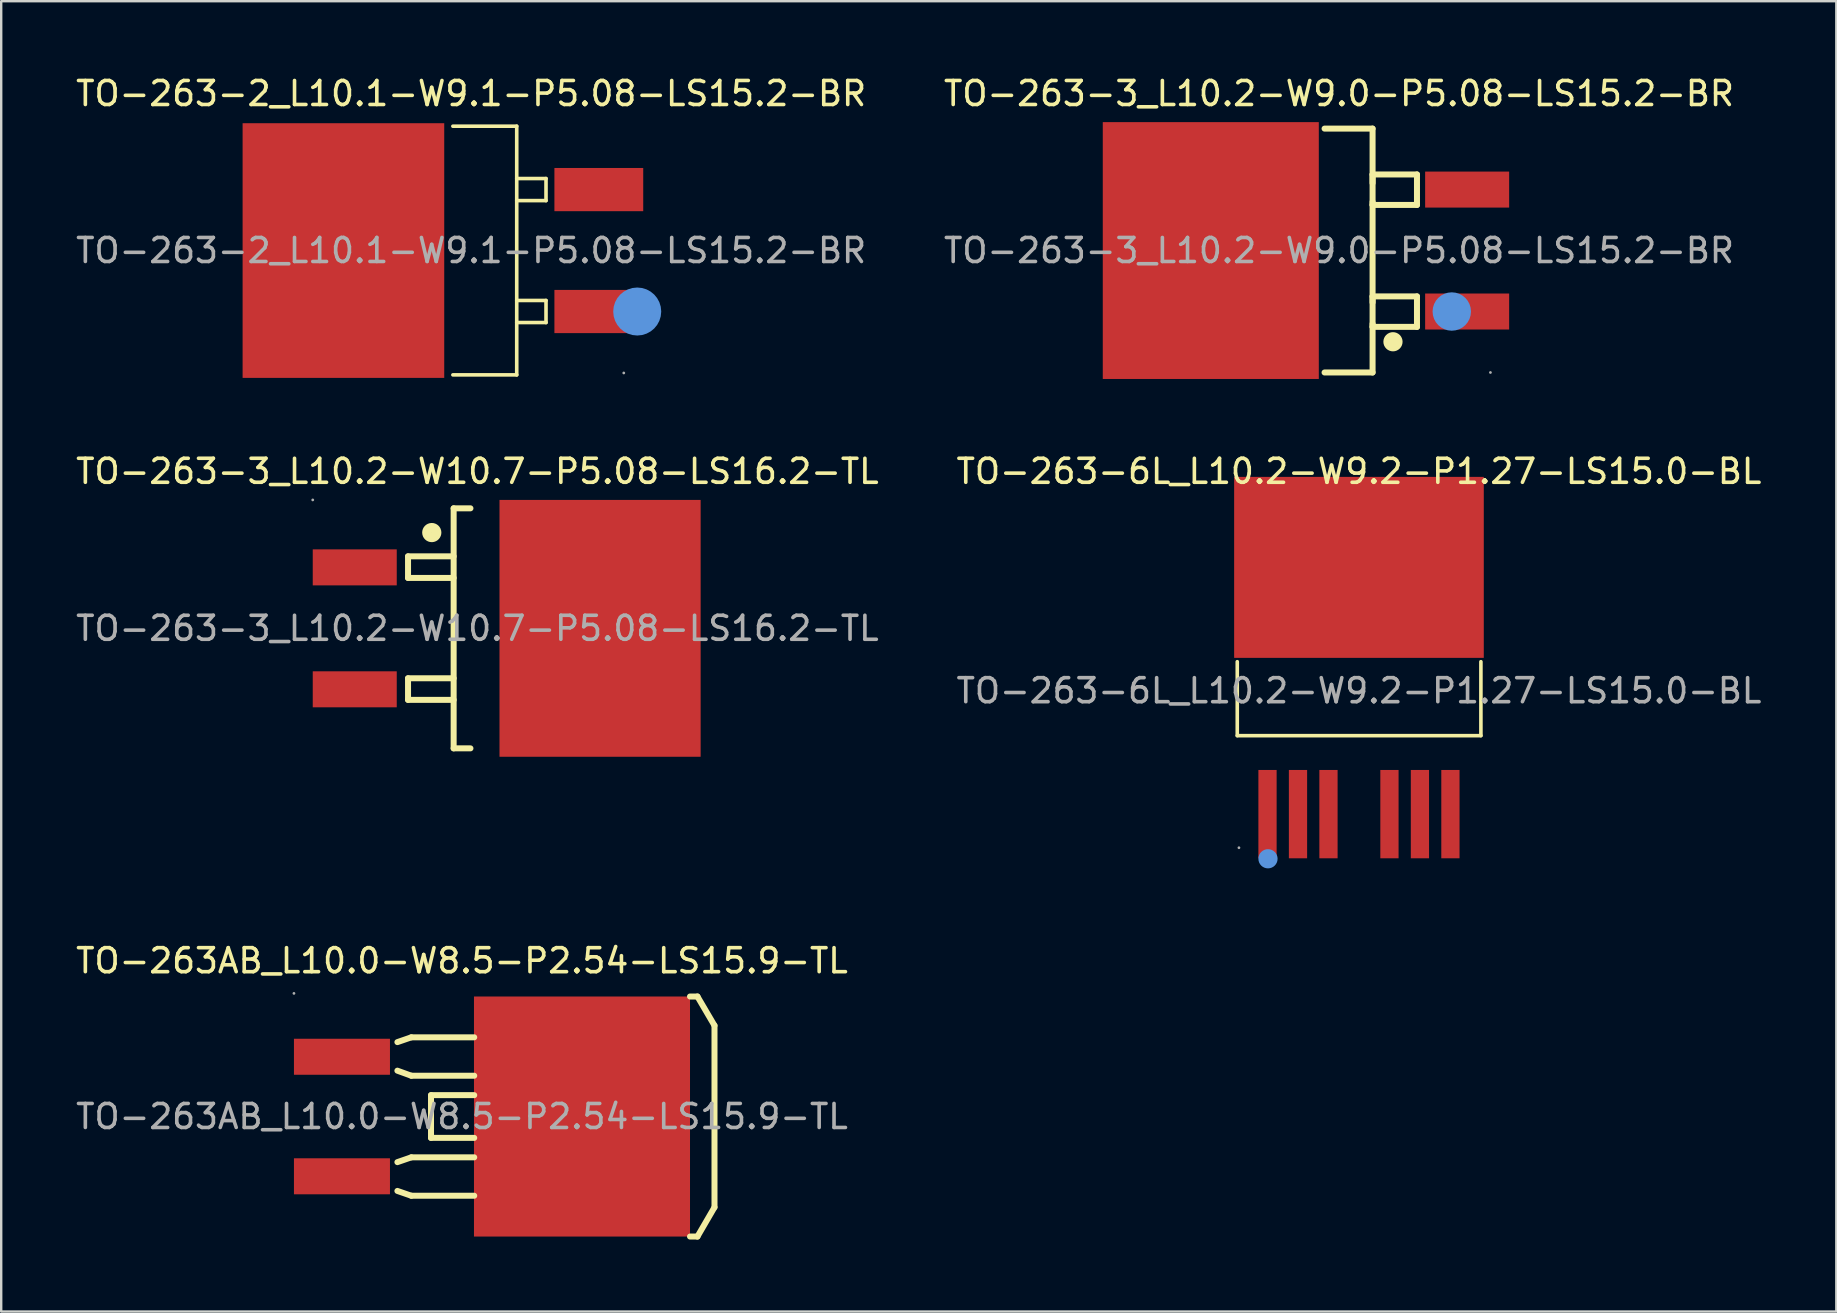
<source format=kicad_pcb>
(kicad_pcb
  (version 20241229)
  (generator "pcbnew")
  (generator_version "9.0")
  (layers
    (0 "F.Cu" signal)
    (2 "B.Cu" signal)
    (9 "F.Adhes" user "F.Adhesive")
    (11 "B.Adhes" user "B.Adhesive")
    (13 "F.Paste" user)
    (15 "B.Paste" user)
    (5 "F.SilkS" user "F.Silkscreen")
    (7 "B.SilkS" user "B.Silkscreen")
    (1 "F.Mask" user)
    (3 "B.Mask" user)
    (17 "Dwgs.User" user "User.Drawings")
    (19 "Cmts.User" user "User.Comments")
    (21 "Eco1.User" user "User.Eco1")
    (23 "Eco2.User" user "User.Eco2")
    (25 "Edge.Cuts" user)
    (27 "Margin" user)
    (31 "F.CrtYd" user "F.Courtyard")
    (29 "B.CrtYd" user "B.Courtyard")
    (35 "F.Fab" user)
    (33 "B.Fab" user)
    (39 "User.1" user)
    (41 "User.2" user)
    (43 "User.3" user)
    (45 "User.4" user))
  (footprint "TO-263AB_L10.0-W8.5-P2.54-LS15.9-TL"
    (layer "F.Cu")
    (at 16.196 43.465)
    (property "Reference" "TO-263AB_L10.0-W8.5-P2.54-LS15.9-TL" (at 0 -6.49 0) (layer "F.SilkS") (effects (font (size 1 1) (thickness 0.15))))
    (attr through_hole)
    (fp_line (start -2.69 -1.91) (end -2.11 -1.7) (stroke (width 0.25) (type solid)) (layer "F.SilkS"))
    (fp_line (start -2.69 3.1) (end -2.11 3.3) (stroke (width 0.25) (type solid)) (layer "F.SilkS"))
    (fp_line (start -2.11 -3.3) (end -2.69 -3.1) (stroke (width 0.25) (type solid)) (layer "F.SilkS"))
    (fp_line (start -2.11 -1.7) (end 0.51 -1.7) (stroke (width 0.25) (type solid)) (layer "F.SilkS"))
    (fp_line (start -2.11 1.7) (end -2.69 1.9) (stroke (width 0.25) (type solid)) (layer "F.SilkS"))
    (fp_line (start -2.11 3.3) (end 0.51 3.3) (stroke (width 0.25) (type solid)) (layer "F.SilkS"))
    (fp_line (start -1.29 -0.89) (end -1.29 0.89) (stroke (width 0.25) (type solid)) (layer "F.SilkS"))
    (fp_line (start -1.29 0.89) (end 0.51 0.89) (stroke (width 0.25) (type solid)) (layer "F.SilkS"))
    (fp_line (start 0.51 -3.3) (end -2.11 -3.3) (stroke (width 0.25) (type solid)) (layer "F.SilkS"))
    (fp_line (start 0.51 -0.89) (end -1.29 -0.89) (stroke (width 0.25) (type solid)) (layer "F.SilkS"))
    (fp_line (start 0.51 1.7) (end -2.11 1.7) (stroke (width 0.25) (type solid)) (layer "F.SilkS"))
    (fp_line (start 9.5 -5) (end 9.81 -5) (stroke (width 0.25) (type solid)) (layer "F.SilkS"))
    (fp_line (start 9.81 -5) (end 10.52 -3.79) (stroke (width 0.25) (type solid)) (layer "F.SilkS"))
    (fp_line (start 9.81 5) (end 9.5 5) (stroke (width 0.25) (type solid)) (layer "F.SilkS"))
    (fp_line (start 10.52 -3.79) (end 10.52 3.78) (stroke (width 0.25) (type solid)) (layer "F.SilkS"))
    (fp_line (start 10.52 3.78) (end 9.81 5) (stroke (width 0.25) (type solid)) (layer "F.SilkS"))
    (fp_circle (center -7 -5.13) (end -6.97 -5.13) (stroke (width 0.06) (type solid)) (fill no) (layer "F.Fab"))
    (fp_text user "${REFERENCE}" (at 0 0 0) (layer "F.Fab") (effects (font (size 1 1) (thickness 0.15))))
    (pad "1" smd rect (at -5 -2.49 270) (size 1.5 4) (layers "F.Cu" "F.Mask" "F.Paste"))
    (pad "2" smd rect (at 5 0 270) (size 10 9) (layers "F.Cu" "F.Mask" "F.Paste"))
    (pad "3" smd rect (at -5 2.49 270) (size 1.5 4) (layers "F.Cu" "F.Mask" "F.Paste")))
  (footprint "TO-263-6L_L10.2-W9.2-P1.27-LS15.0-BL"
    (layer "F.Cu")
    (at 53.565 25.727)
    (property "Reference" "TO-263-6L_L10.2-W9.2-P1.27-LS15.0-BL" (at 0 -9.14 0) (layer "F.SilkS") (effects (font (size 1 1) (thickness 0.15))))
    (attr through_hole)
    (fp_line (start -5.07 -1.21) (end -5.07 1.87) (stroke (width 0.15) (type solid)) (layer "F.SilkS"))
    (fp_line (start -5.07 1.87) (end 5.08 1.87) (stroke (width 0.15) (type solid)) (layer "F.SilkS"))
    (fp_line (start 5.08 -1.21) (end 5.08 1.87) (stroke (width 0.15) (type solid)) (layer "F.SilkS"))
    (fp_circle (center -3.79 7) (end -3.59 7) (stroke (width 0.4) (type solid)) (fill no) (layer "Cmts.User"))
    (fp_circle (center -5 6.54) (end -4.97 6.54) (stroke (width 0.06) (type solid)) (fill no) (layer "F.Fab"))
    (fp_text user "${REFERENCE}" (at 0 0 0) (layer "F.Fab") (effects (font (size 1 1) (thickness 0.15))))
    (pad "1" smd rect (at -3.81 5.14 90) (size 3.68 0.76) (layers "F.Cu" "F.Mask" "F.Paste"))
    (pad "2" smd rect (at -2.54 5.14 90) (size 3.68 0.76) (layers "F.Cu" "F.Mask" "F.Paste"))
    (pad "3" smd rect (at -1.27 5.14 90) (size 3.68 0.76) (layers "F.Cu" "F.Mask" "F.Paste"))
    (pad "5" smd rect (at 1.27 5.14 90) (size 3.68 0.76) (layers "F.Cu" "F.Mask" "F.Paste"))
    (pad "6" smd rect (at 2.54 5.14 90) (size 3.68 0.76) (layers "F.Cu" "F.Mask" "F.Paste"))
    (pad "7" smd rect (at 3.81 5.14 90) (size 3.68 0.76) (layers "F.Cu" "F.Mask" "F.Paste"))
    (pad "8" smd rect (at 0 -5.14 90) (size 7.54 10.4) (layers "F.Cu" "F.Mask" "F.Paste")))
  (footprint "TO-263-2_L10.1-W9.1-P5.08-LS15.2-BR"
    (layer "F.Cu")
    (at 16.577 7.388)
    (property "Reference" "TO-263-2_L10.1-W9.1-P5.08-LS15.2-BR" (at 0 -6.54 0) (layer "F.SilkS") (effects (font (size 1 1) (thickness 0.15))))
    (attr through_hole)
    (fp_line (start -0.76 -5.18) (end 1.9 -5.18) (stroke (width 0.15) (type solid)) (layer "F.SilkS"))
    (fp_line (start -0.76 5.18) (end 1.9 5.18) (stroke (width 0.15) (type solid)) (layer "F.SilkS"))
    (fp_line (start 1.9 -3) (end 3.12 -3) (stroke (width 0.15) (type solid)) (layer "F.SilkS"))
    (fp_line (start 1.9 2.08) (end 3.12 2.08) (stroke (width 0.15) (type solid)) (layer "F.SilkS"))
    (fp_line (start 1.9 5.18) (end 1.9 -5.18) (stroke (width 0.15) (type solid)) (layer "F.SilkS"))
    (fp_line (start 3.12 -3) (end 3.12 -2.08) (stroke (width 0.15) (type solid)) (layer "F.SilkS"))
    (fp_line (start 3.12 -2.08) (end 1.9 -2.08) (stroke (width 0.15) (type solid)) (layer "F.SilkS"))
    (fp_line (start 3.12 2.08) (end 3.12 3) (stroke (width 0.15) (type solid)) (layer "F.SilkS"))
    (fp_line (start 3.12 3) (end 1.9 3) (stroke (width 0.15) (type solid)) (layer "F.SilkS"))
    (fp_circle (center 6.92 2.54) (end 7.42 2.54) (stroke (width 1) (type solid)) (fill no) (layer "Cmts.User"))
    (fp_circle (center 6.36 5.1) (end 6.39 5.1) (stroke (width 0.06) (type solid)) (fill no) (layer "F.Fab"))
    (fp_text user "${REFERENCE}" (at 0 0 0) (layer "F.Fab") (effects (font (size 1 1) (thickness 0.15))))
    (pad "1" smd rect (at 5.32 2.54) (size 3.7 1.8) (layers "F.Cu" "F.Mask" "F.Paste"))
    (pad "2" smd rect (at -5.32 0) (size 8.4 10.61) (layers "F.Cu" "F.Mask" "F.Paste"))
    (pad "3" smd rect (at 5.32 -2.54) (size 3.7 1.8) (layers "F.Cu" "F.Mask" "F.Paste")))
  (footprint "TO-263-3_L10.2-W9.0-P5.08-LS15.2-BR"
    (layer "F.Cu")
    (at 52.732 7.388)
    (property "Reference" "TO-263-3_L10.2-W9.0-P5.08-LS15.2-BR" (at 0 -6.54 0) (layer "F.SilkS") (effects (font (size 1 1) (thickness 0.15))))
    (attr through_hole)
    (fp_line (start -0.6 5.08) (end 1.4 5.08) (stroke (width 0.25) (type solid)) (layer "F.SilkS"))
    (fp_line (start 1.4 -5.08) (end -0.6 -5.08) (stroke (width 0.25) (type solid)) (layer "F.SilkS"))
    (fp_line (start 1.4 -3.17) (end 1.4 -2.81) (stroke (width 0.25) (type solid)) (layer "F.SilkS"))
    (fp_line (start 1.4 -2.03) (end 1.4 -1.9) (stroke (width 0.25) (type solid)) (layer "F.SilkS"))
    (fp_line (start 1.4 -1.9) (end 3.25 -1.9) (stroke (width 0.25) (type solid)) (layer "F.SilkS"))
    (fp_line (start 1.4 1.91) (end 1.4 2.16) (stroke (width 0.25) (type solid)) (layer "F.SilkS"))
    (fp_line (start 1.4 3.05) (end 1.4 3.18) (stroke (width 0.25) (type solid)) (layer "F.SilkS"))
    (fp_line (start 1.4 3.18) (end 3.25 3.18) (stroke (width 0.25) (type solid)) (layer "F.SilkS"))
    (fp_line (start 1.4 5.08) (end 1.4 -5.08) (stroke (width 0.25) (type solid)) (layer "F.SilkS"))
    (fp_line (start 3.25 -3.17) (end 1.4 -3.17) (stroke (width 0.25) (type solid)) (layer "F.SilkS"))
    (fp_line (start 3.25 -1.9) (end 3.25 -3.17) (stroke (width 0.25) (type solid)) (layer "F.SilkS"))
    (fp_line (start 3.25 1.91) (end 1.4 1.91) (stroke (width 0.25) (type solid)) (layer "F.SilkS"))
    (fp_line (start 3.25 3.18) (end 3.25 1.91) (stroke (width 0.25) (type solid)) (layer "F.SilkS"))
    (fp_arc (start 2.25 3.8) (mid 2.25 3.8) (end 2.25 3.8) (stroke (width 0.4) (type solid)) (layer "F.SilkS"))
    (fp_circle (center 4.7 2.54) (end 5.1 2.54) (stroke (width 0.8) (type solid)) (fill no) (layer "Cmts.User"))
    (fp_circle (center 6.31 5.08) (end 6.34 5.08) (stroke (width 0.06) (type solid)) (fill no) (layer "F.Fab"))
    (fp_text user "${REFERENCE}" (at 0 0 0) (layer "F.Fab") (effects (font (size 1 1) (thickness 0.15))))
    (pad "1" smd rect (at 5.34 2.54) (size 3.5 1.5) (layers "F.Cu" "F.Mask" "F.Paste"))
    (pad "2" smd rect (at -5.34 0) (size 9 10.7) (layers "F.Cu" "F.Mask" "F.Paste"))
    (pad "3" smd rect (at 5.34 -2.54) (size 3.5 1.5) (layers "F.Cu" "F.Mask" "F.Paste")))
  (footprint "TO-263-3_L10.2-W10.7-P5.08-LS16.2-TL"
    (layer "F.Cu")
    (at 16.839 23.127)
    (property "Reference" "TO-263-3_L10.2-W10.7-P5.08-LS16.2-TL" (at 0 -6.54 0) (layer "F.SilkS") (effects (font (size 1 1) (thickness 0.15))))
    (attr through_hole)
    (fp_line (start -2.89 -3) (end -2.89 -2.1) (stroke (width 0.25) (type solid)) (layer "F.SilkS"))
    (fp_line (start -2.89 -2.1) (end -0.99 -2.1) (stroke (width 0.25) (type solid)) (layer "F.SilkS"))
    (fp_line (start -2.89 2.08) (end -2.89 2.98) (stroke (width 0.25) (type solid)) (layer "F.SilkS"))
    (fp_line (start -2.89 2.98) (end -0.99 2.98) (stroke (width 0.25) (type solid)) (layer "F.SilkS"))
    (fp_line (start -0.99 -5) (end -0.29 -5) (stroke (width 0.25) (type solid)) (layer "F.SilkS"))
    (fp_line (start -0.99 -3) (end -2.89 -3) (stroke (width 0.25) (type solid)) (layer "F.SilkS"))
    (fp_line (start -0.99 2.08) (end -2.89 2.08) (stroke (width 0.25) (type solid)) (layer "F.SilkS"))
    (fp_line (start -0.99 5) (end -0.99 -5) (stroke (width 0.25) (type solid)) (layer "F.SilkS"))
    (fp_line (start -0.29 5) (end -0.99 5) (stroke (width 0.25) (type solid)) (layer "F.SilkS"))
    (fp_arc (start -1.9 -3.79) (mid -1.905009 -4.189937) (end -1.889986 -3.790251) (stroke (width 0.4) (type solid)) (layer "F.SilkS"))
    (fp_circle (center -6.86 -5.35) (end -6.83 -5.35) (stroke (width 0.06) (type solid)) (fill no) (layer "F.Fab"))
    (fp_text user "${REFERENCE}" (at 0 0 0) (layer "F.Fab") (effects (font (size 1 1) (thickness 0.15))))
    (pad "1" smd rect (at -5.11 -2.54 90) (size 1.5 3.5) (layers "F.Cu" "F.Mask" "F.Paste"))
    (pad "2" smd rect (at 5.11 0 90) (size 10.7 8.38) (layers "F.Cu" "F.Mask" "F.Paste"))
    (pad "3" smd rect (at -5.11 2.54 90) (size 1.5 3.5) (layers "F.Cu" "F.Mask" "F.Paste")))
  (gr_rect
    (start -3 -3)
    (end 73.452 51.59)
    (stroke (width 0.1) (type default))
    (fill no)
    (layer "Edge.Cuts")))
</source>
